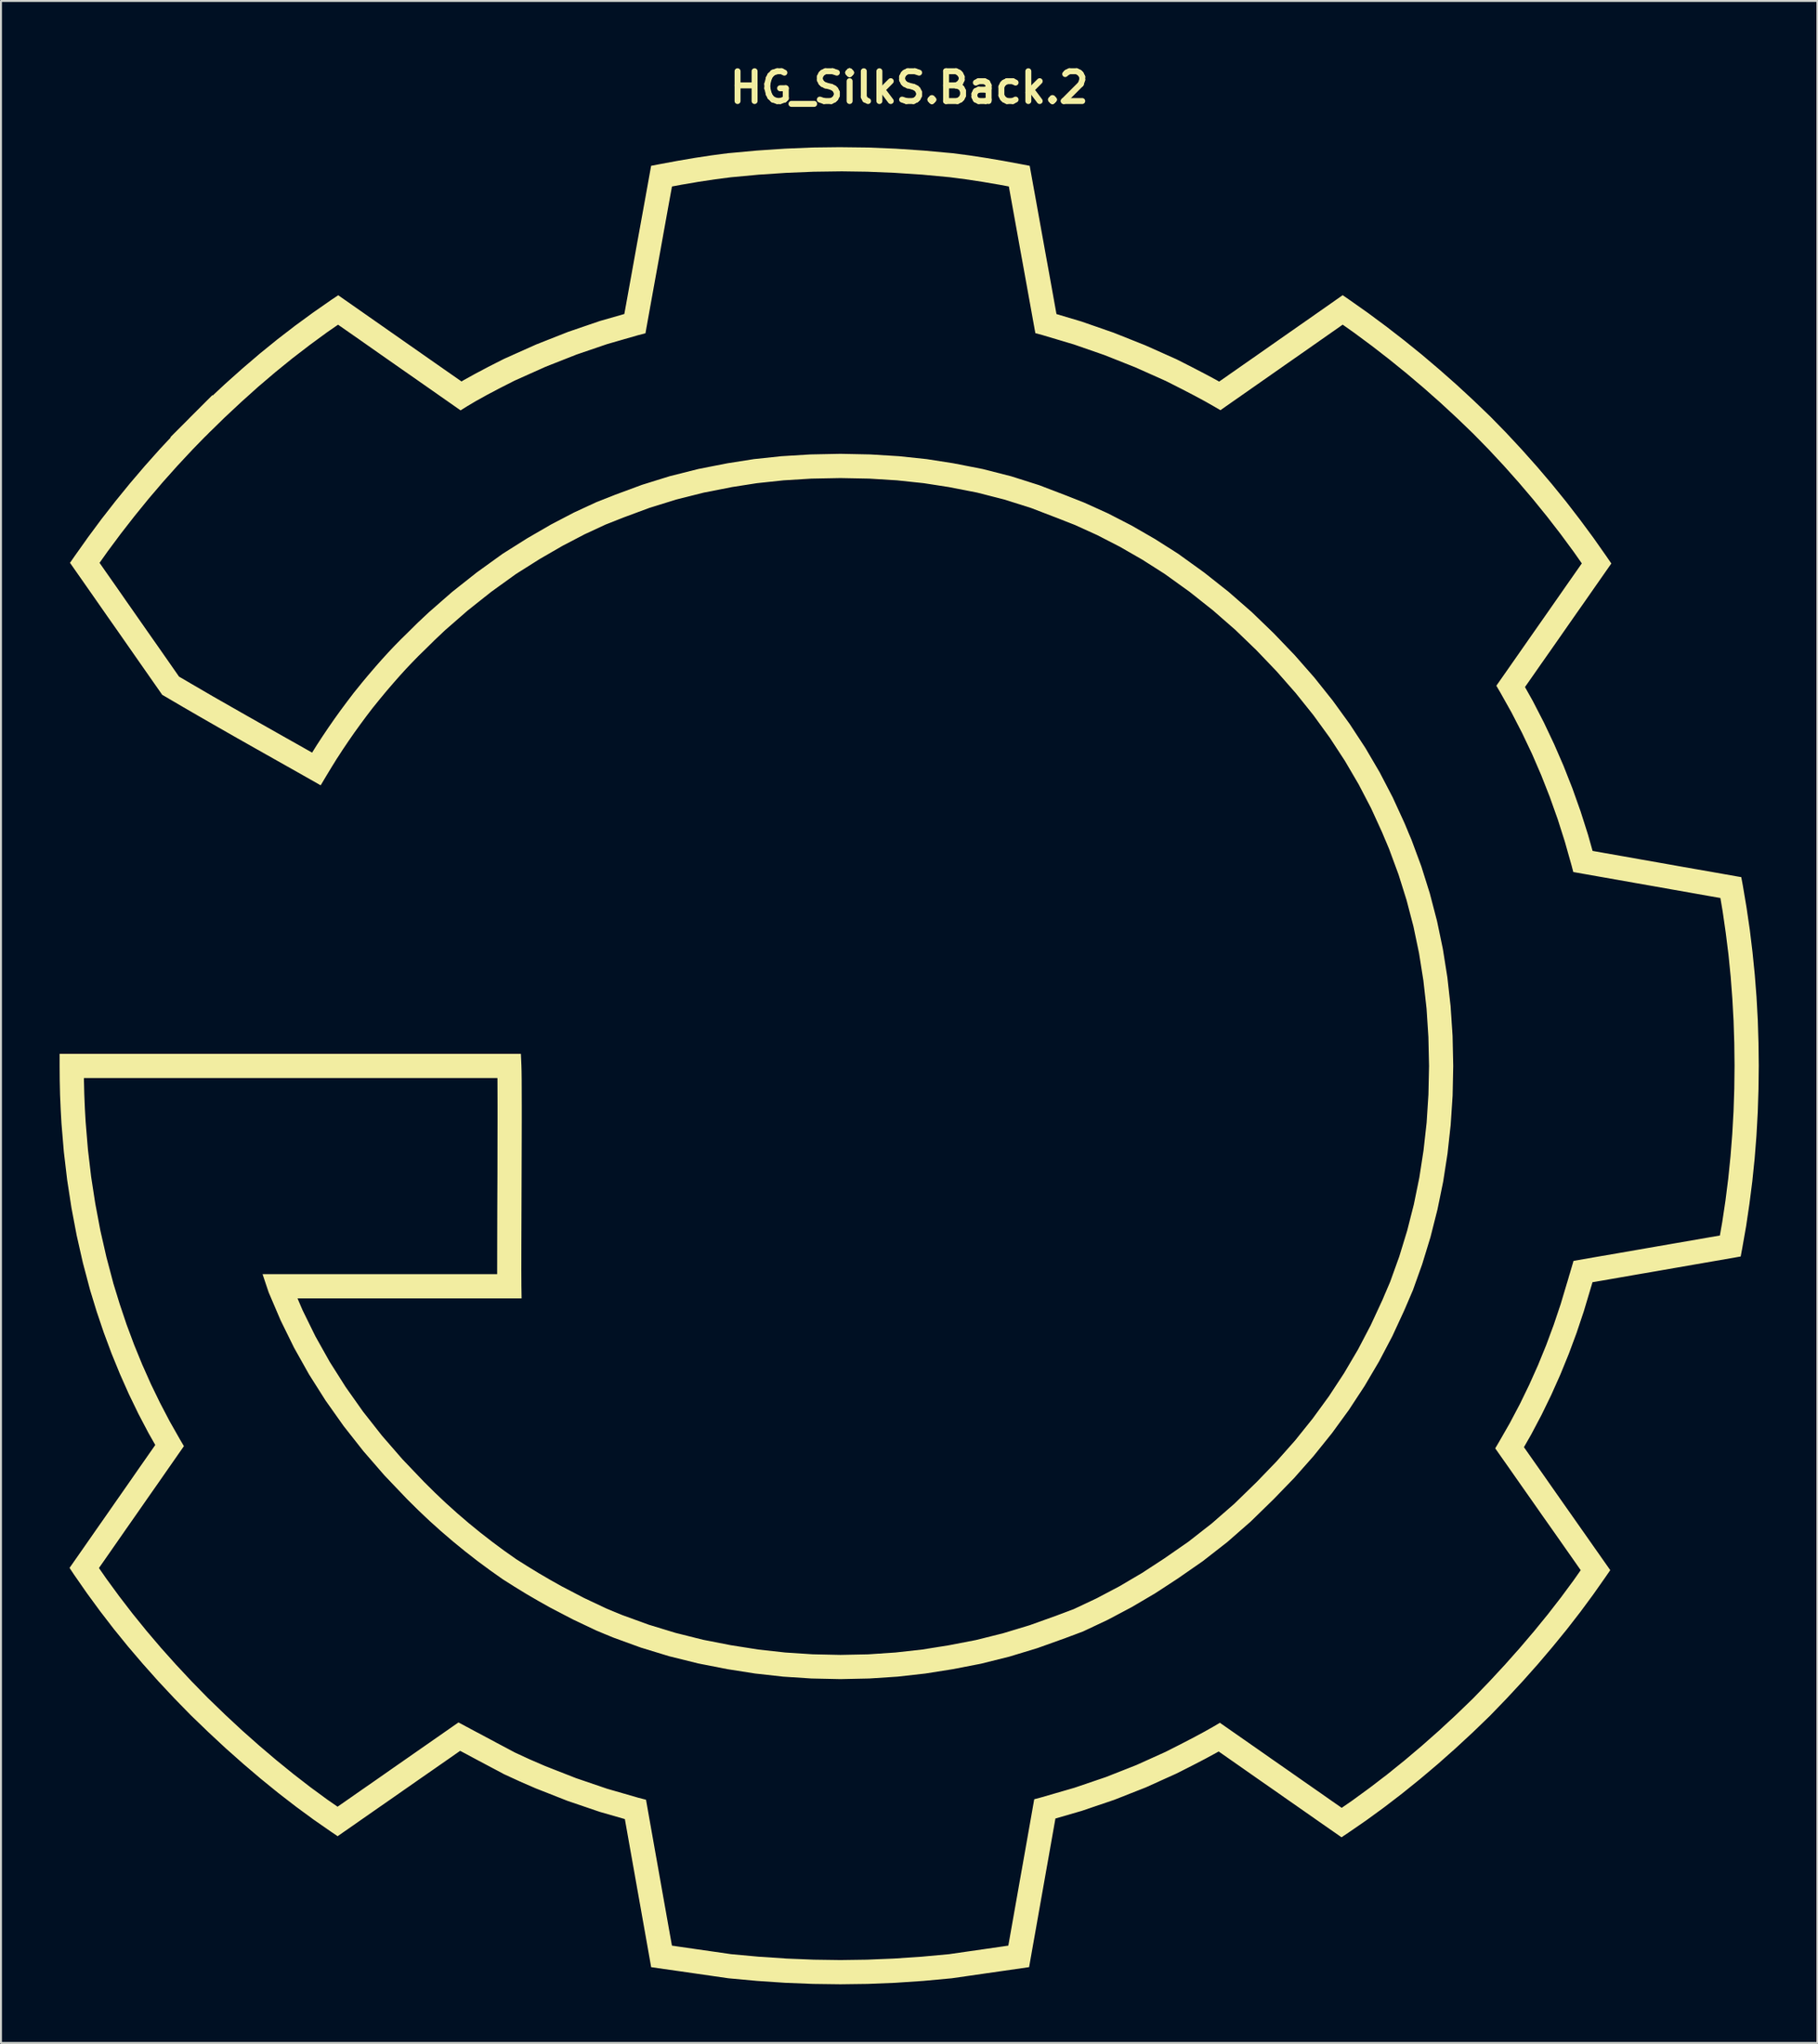
<source format=kicad_pcb>
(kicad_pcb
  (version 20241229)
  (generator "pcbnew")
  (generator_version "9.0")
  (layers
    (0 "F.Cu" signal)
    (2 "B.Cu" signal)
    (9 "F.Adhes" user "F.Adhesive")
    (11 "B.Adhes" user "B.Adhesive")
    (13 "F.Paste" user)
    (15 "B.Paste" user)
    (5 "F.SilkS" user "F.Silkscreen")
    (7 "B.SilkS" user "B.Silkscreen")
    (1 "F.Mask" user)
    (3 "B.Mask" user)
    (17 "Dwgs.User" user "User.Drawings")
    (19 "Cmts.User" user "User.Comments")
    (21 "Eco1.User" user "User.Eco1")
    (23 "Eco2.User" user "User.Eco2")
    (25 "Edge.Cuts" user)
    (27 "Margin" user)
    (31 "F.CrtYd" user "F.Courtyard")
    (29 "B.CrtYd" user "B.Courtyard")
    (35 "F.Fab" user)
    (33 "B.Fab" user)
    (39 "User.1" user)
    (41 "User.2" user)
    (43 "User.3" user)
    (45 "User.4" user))
  (footprint "HG_SilkS.Back.2"
    (layer "F.Cu")
    (at 43.467 51.444)
    (property "Reference" "HG_SilkS.Back.2" (at 0 -50.017 0) (layer "F.SilkS") (effects (font (size 1.524 1.524) (thickness 0.305))))
    (attr smd)
    (fp_poly (pts (xy -3.52 -46.968) (xy -4.889 -45.714) (xy -6.281 -45.657) (xy -7.694 -45.563) (xy -9.119 -45.43) (xy -9.93 -45.325) (xy -10.772 -45.198) (xy -11.647 -45.05) (xy -12.137 -44.958) (xy -12.403 -43.495) (xy -12.742 -41.61) (xy -13.084 -39.725) (xy -13.494 -37.452) (xy -13.877 -37.352) (xy -15.447 -36.901) (xy -17.026 -36.362) (xy -18.606 -35.739) (xy -20.194 -35.028) (xy -20.955 -34.641) (xy -21.617 -34.292) (xy -22.17 -33.985) (xy -22.608 -33.725) (xy -22.953 -33.511) (xy -24.86 -34.845) (xy -25.645 -35.393) (xy -26.432 -35.942) (xy -27.217 -36.491) (xy -28.002 -37.042) (xy -28.789 -37.591) (xy -29.221 -37.891) (xy -29.774 -37.509) (xy -30.668 -36.854) (xy -31.555 -36.173) (xy -32.434 -35.46) (xy -33.305 -34.718) (xy -34.168 -33.944) (xy -35.026 -33.143) (xy -35.666 -32.516) (xy -35.791 -32.397) (xy -35.925 -32.259) (xy -36.057 -32.132) (xy -36.662 -31.511) (xy -37.432 -30.686) (xy -38.184 -29.845) (xy -38.918 -28.985) (xy -39.633 -28.106) (xy -40.33 -27.212) (xy -41.01 -26.298) (xy -41.424 -25.714) (xy -41.125 -25.286) (xy -40.574 -24.501) (xy -40.026 -23.714) (xy -39.477 -22.929) (xy -38.928 -22.143) (xy -38.377 -21.358) (xy -37.828 -20.571) (xy -37.358 -19.897) (xy -36.557 -19.429) (xy -35.635 -18.893) (xy -34.705 -18.362) (xy -33.772 -17.831) (xy -32.834 -17.3) (xy -31.897 -16.77) (xy -30.961 -16.243) (xy -30.549 -16.009) (xy -30.307 -16.397) (xy -30.012 -16.848) (xy -29.709 -17.298) (xy -29.397 -17.747) (xy -29.074 -18.196) (xy -28.742 -18.641) (xy -28.401 -19.089) (xy -28.399 -19.091) (xy -28.395 -19.095) (xy -28.033 -19.542) (xy -28.033 -19.544) (xy -27.676 -19.972) (xy -27.326 -20.38) (xy -26.983 -20.77) (xy -26.645 -21.14) (xy -26.315 -21.489) (xy -25.988 -21.821) (xy -25.682 -22.12) (xy -25.67 -22.132) (xy -25.135 -22.661) (xy -24.568 -23.192) (xy -23.385 -24.226) (xy -22.131 -25.218) (xy -20.809 -26.171) (xy -20.803 -26.175) (xy -20.797 -26.179) (xy -19.545 -26.968) (xy -18.33 -27.671) (xy -17.148 -28.288) (xy -16.002 -28.818) (xy -15.992 -28.822) (xy -15.754 -28.915) (xy -15.525 -29.005) (xy -15.295 -29.095) (xy -15.07 -29.185) (xy -15.066 -29.187) (xy -13.674 -29.702) (xy -12.246 -30.146) (xy -10.787 -30.513) (xy -9.305 -30.804) (xy -7.949 -31.017) (xy -6.533 -31.167) (xy -5.057 -31.257) (xy -3.52 -31.288) (xy -1.992 -31.257) (xy -0.52 -31.167) (xy 0.9 -31.017) (xy 2.266 -30.804) (xy 3.76 -30.511) (xy 5.225 -30.138) (xy 6.652 -29.685) (xy 8.039 -29.154) (xy 8.258 -29.068) (xy 8.486 -28.978) (xy 8.717 -28.888) (xy 8.953 -28.794) (xy 8.961 -28.79) (xy 10.17 -28.243) (xy 11.373 -27.624) (xy 12.57 -26.935) (xy 13.764 -26.177) (xy 13.768 -26.175) (xy 13.771 -26.171) (xy 15.094 -25.218) (xy 16.348 -24.226) (xy 17.531 -23.193) (xy 18.645 -22.118) (xy 19.719 -20.999) (xy 20.727 -19.851) (xy 21.666 -18.675) (xy 22.537 -17.474) (xy 23.342 -16.247) (xy 24.076 -14.995) (xy 24.74 -13.718) (xy 25.338 -12.415) (xy 25.338 -12.413) (xy 25.385 -12.304) (xy 25.43 -12.196) (xy 25.475 -12.089) (xy 25.519 -11.98) (xy 25.564 -11.872) (xy 25.609 -11.765) (xy 25.656 -11.657) (xy 25.703 -11.544) (xy 25.705 -11.538) (xy 26.205 -10.188) (xy 26.637 -8.811) (xy 27.004 -7.407) (xy 27.303 -5.978) (xy 27.535 -4.52) (xy 27.701 -3.036) (xy 27.801 -1.526) (xy 27.834 0.011) (xy 27.803 1.528) (xy 27.705 3.022) (xy 27.543 4.493) (xy 27.318 5.94) (xy 27.025 7.366) (xy 26.67 8.767) (xy 26.248 10.146) (xy 25.764 11.499) (xy 25.758 11.509) (xy 25.701 11.642) (xy 25.65 11.763) (xy 25.598 11.884) (xy 25.545 12.007) (xy 25.494 12.128) (xy 25.441 12.249) (xy 25.389 12.372) (xy 25.336 12.493) (xy 25.336 12.495) (xy 24.723 13.822) (xy 24.043 15.115) (xy 23.301 16.374) (xy 22.496 17.601) (xy 21.627 18.794) (xy 20.693 19.954) (xy 19.697 21.081) (xy 18.646 22.165) (xy 17.478 23.304) (xy 16.27 24.361) (xy 15.02 25.335) (xy 13.73 26.23) (xy 12.568 26.988) (xy 11.371 27.691) (xy 10.154 28.335) (xy 8.914 28.919) (xy 8.898 28.927) (xy 8.658 29.017) (xy 8.436 29.101) (xy 8.213 29.183) (xy 7.99 29.267) (xy 6.562 29.779) (xy 5.121 30.216) (xy 3.678 30.576) (xy 2.228 30.857) (xy 0.836 31.078) (xy -0.592 31.238) (xy -2.045 31.333) (xy -3.52 31.365) (xy -4.996 31.333) (xy -6.451 31.238) (xy -7.889 31.078) (xy -9.303 30.855) (xy -10.801 30.562) (xy -12.279 30.195) (xy -13.729 29.753) (xy -15.15 29.236) (xy -15.154 29.234) (xy -15.361 29.148) (xy -15.563 29.066) (xy -15.764 28.982) (xy -15.975 28.894) (xy -15.982 28.892) (xy -17.188 28.322) (xy -18.391 27.695) (xy -18.992 27.357) (xy -19.594 27.007) (xy -20.193 26.64) (xy -20.795 26.259) (xy -20.801 26.253) (xy -20.809 26.249) (xy -21.461 25.788) (xy -22.102 25.314) (xy -22.729 24.825) (xy -23.344 24.323) (xy -23.947 23.806) (xy -24.539 23.275) (xy -25.117 22.728) (xy -25.68 22.171) (xy -26.842 20.954) (xy -27.926 19.706) (xy -28.932 18.429) (xy -29.859 17.12) (xy -30.707 15.782) (xy -31.475 14.413) (xy -32.162 13.015) (xy -32.772 11.587) (xy -32.777 11.571) (xy -32.785 11.546) (xy -32.789 11.536) (xy -32.793 11.526) (xy -32.797 11.514) (xy -32.799 11.504) (xy -32.803 11.494) (xy -32.807 11.483) (xy -33.084 10.657) (xy -30.752 10.657) (xy -29.281 10.657) (xy -27.811 10.657) (xy -26.34 10.657) (xy -24.869 10.657) (xy -23.399 10.657) (xy -21.928 10.657) (xy -21.08 10.657) (xy -21.08 10.461) (xy -21.078 9.106) (xy -21.074 7.397) (xy -21.066 5.522) (xy -21.063 3.66) (xy -21.061 2.793) (xy -21.061 2) (xy -21.063 1.303) (xy -21.065 0.725) (xy -21.067 0.629) (xy -21.858 0.629) (xy -23.256 0.629) (xy -24.656 0.629) (xy -26.055 0.629) (xy -27.455 0.629) (xy -28.854 0.629) (xy -30.254 0.629) (xy -31.653 0.629) (xy -33.053 0.629) (xy -34.451 0.629) (xy -35.852 0.629) (xy -37.25 0.629) (xy -38.651 0.629) (xy -40.049 0.629) (xy -41.449 0.629) (xy -42.223 0.629) (xy -42.223 0.733) (xy -42.205 1.449) (xy -42.176 2.164) (xy -42.135 2.873) (xy -42.018 4.283) (xy -41.854 5.678) (xy -41.641 7.057) (xy -41.383 8.422) (xy -41.076 9.772) (xy -40.723 11.106) (xy -40.725 11.104) (xy -40.395 12.18) (xy -40.039 13.237) (xy -39.654 14.27) (xy -39.24 15.281) (xy -38.799 16.272) (xy -38.33 17.238) (xy -37.834 18.186) (xy -37.309 19.11) (xy -37.108 19.453) (xy -37.881 20.561) (xy -38.426 21.344) (xy -38.973 22.125) (xy -39.518 22.908) (xy -40.065 23.69) (xy -40.61 24.473) (xy -41.154 25.254) (xy -41.455 25.684) (xy -41.071 26.237) (xy -40.416 27.131) (xy -39.735 28.016) (xy -39.022 28.895) (xy -38.279 29.768) (xy -37.506 30.631) (xy -36.705 31.488) (xy -35.877 32.334) (xy -35.004 33.178) (xy -34.131 33.989) (xy -33.256 34.764) (xy -32.385 35.504) (xy -31.512 36.213) (xy -30.641 36.887) (xy -29.77 37.526) (xy -29.246 37.889) (xy -28.822 37.594) (xy -28.043 37.051) (xy -27.264 36.51) (xy -26.487 35.967) (xy -25.707 35.424) (xy -24.928 34.881) (xy -24.151 34.34) (xy -23.061 33.58) (xy -22.406 33.93) (xy -22.086 34.1) (xy -21.766 34.27) (xy -21.447 34.44) (xy -21.127 34.612) (xy -20.807 34.781) (xy -20.487 34.951) (xy -20.168 35.121) (xy -19.412 35.469) (xy -18.627 35.809) (xy -17.047 36.428) (xy -15.453 36.971) (xy -13.848 37.434) (xy -13.465 37.533) (xy -13.063 39.801) (xy -12.729 41.678) (xy -12.395 43.557) (xy -12.139 44.992) (xy -11.713 45.055) (xy -10.844 45.18) (xy -9.975 45.305) (xy -9.106 45.43) (xy -7.694 45.559) (xy -6.281 45.654) (xy -4.889 45.711) (xy -3.52 45.731) (xy -2.162 45.711) (xy -2.16 45.711) (xy -0.777 45.654) (xy 0.629 45.559) (xy 2.039 45.43) (xy 2.908 45.305) (xy 3.777 45.18) (xy 4.646 45.055) (xy 5.072 44.992) (xy 5.328 43.549) (xy 5.662 41.664) (xy 5.996 39.781) (xy 6.398 37.508) (xy 6.779 37.406) (xy 8.449 36.922) (xy 10.064 36.373) (xy 11.621 35.76) (xy 13.115 35.086) (xy 13.123 35.082) (xy 13.89 34.693) (xy 14.556 34.348) (xy 15.111 34.049) (xy 15.555 33.799) (xy 15.896 33.598) (xy 17.787 34.916) (xy 18.568 35.463) (xy 19.351 36.008) (xy 20.133 36.555) (xy 20.916 37.1) (xy 21.697 37.647) (xy 22.129 37.947) (xy 22.672 37.572) (xy 23.558 36.926) (xy 24.447 36.246) (xy 25.334 35.531) (xy 26.219 34.783) (xy 27.103 34.002) (xy 27.986 33.186) (xy 28.867 32.334) (xy 29.685 31.486) (xy 30.478 30.631) (xy 31.242 29.772) (xy 31.976 28.91) (xy 32.68 28.047) (xy 33.351 27.182) (xy 33.992 26.315) (xy 34.357 25.795) (xy 34.058 25.367) (xy 33.51 24.586) (xy 32.961 23.803) (xy 32.41 23.022) (xy 31.861 22.238) (xy 31.312 21.457) (xy 30.764 20.674) (xy 29.984 19.565) (xy 30.187 19.221) (xy 30.732 18.27) (xy 31.244 17.301) (xy 31.724 16.313) (xy 32.174 15.309) (xy 32.592 14.285) (xy 32.978 13.244) (xy 33.334 12.184) (xy 33.656 11.106) (xy 33.658 11.104) (xy 33.687 11.006) (xy 33.715 10.912) (xy 33.742 10.819) (xy 33.769 10.723) (xy 33.799 10.629) (xy 33.826 10.535) (xy 33.853 10.442) (xy 33.99 9.979) (xy 35.312 9.75) (xy 36.254 9.588) (xy 37.195 9.424) (xy 38.139 9.26) (xy 39.08 9.098) (xy 40.023 8.934) (xy 40.965 8.77) (xy 41.478 8.682) (xy 41.598 8) (xy 41.765 6.887) (xy 41.906 5.766) (xy 42.021 4.635) (xy 42.111 3.493) (xy 42.176 2.342) (xy 42.215 1.18) (xy 42.228 0.01) (xy 42.228 0.008) (xy 42.228 0.004) (xy 42.228 0.00012) (xy 42.228 -0.002) (xy 42.228 -0.006) (xy 42.228 -0.008) (xy 42.228 -0.012) (xy 42.228 -0.014) (xy 42.215 -1.158) (xy 42.178 -2.297) (xy 42.115 -3.43) (xy 42.029 -4.557) (xy 41.918 -5.676) (xy 41.779 -6.789) (xy 41.619 -7.897) (xy 41.504 -8.576) (xy 40.988 -8.666) (xy 40.041 -8.834) (xy 39.096 -9) (xy 38.15 -9.168) (xy 37.205 -9.334) (xy 36.26 -9.502) (xy 35.312 -9.668) (xy 33.978 -9.904) (xy 33.877 -10.285) (xy 33.545 -11.459) (xy 33.178 -12.611) (xy 32.775 -13.742) (xy 32.338 -14.854) (xy 31.867 -15.944) (xy 31.359 -17.012) (xy 30.818 -18.061) (xy 30.242 -19.088) (xy 30.041 -19.43) (xy 30.818 -20.541) (xy 31.367 -21.326) (xy 31.916 -22.113) (xy 32.467 -22.899) (xy 33.015 -23.684) (xy 33.564 -24.471) (xy 34.113 -25.256) (xy 34.414 -25.686) (xy 34.004 -26.27) (xy 33.33 -27.184) (xy 32.635 -28.082) (xy 31.92 -28.963) (xy 31.185 -29.826) (xy 30.432 -30.672) (xy 29.658 -31.502) (xy 28.867 -32.311) (xy 28.865 -32.313) (xy 28.863 -32.315) (xy 28.029 -33.117) (xy 27.179 -33.903) (xy 26.318 -34.664) (xy 25.443 -35.405) (xy 24.558 -36.121) (xy 23.66 -36.817) (xy 22.752 -37.489) (xy 22.179 -37.893) (xy 21.75 -37.592) (xy 20.965 -37.043) (xy 20.178 -36.492) (xy 19.392 -35.944) (xy 18.607 -35.395) (xy 17.822 -34.846) (xy 15.924 -33.52) (xy 15.582 -33.719) (xy 15.138 -33.971) (xy 14.584 -34.27) (xy 13.918 -34.615) (xy 13.142 -35.008) (xy 11.588 -35.703) (xy 10.011 -36.33) (xy 8.426 -36.881) (xy 6.832 -37.356) (xy 6.455 -37.459) (xy 6.045 -39.727) (xy 5.703 -41.612) (xy 5.363 -43.496) (xy 5.099 -44.959) (xy 4.607 -45.051) (xy 3.732 -45.199) (xy 2.89 -45.326) (xy 2.08 -45.432) (xy 0.656 -45.565) (xy -0.758 -45.658) (xy -2.149 -45.715) (xy -3.52 -45.735) (xy -3.52 -45.733) (xy -4.889 -45.714) (xy -3.52 -46.968) (xy -2.115 -46.951) (xy -0.691 -46.892) (xy 0.754 -46.794) (xy 2.219 -46.66) (xy 2.225 -46.66) (xy 2.229 -46.66) (xy 3.064 -46.55) (xy 3.928 -46.419) (xy 4.824 -46.267) (xy 5.75 -46.095) (xy 6.166 -46.015) (xy 6.582 -43.714) (xy 6.922 -41.83) (xy 7.264 -39.945) (xy 7.535 -38.435) (xy 8.807 -38.056) (xy 10.443 -37.488) (xy 12.07 -36.841) (xy 13.686 -36.119) (xy 13.691 -36.115) (xy 13.697 -36.113) (xy 14.483 -35.714) (xy 15.162 -35.361) (xy 15.736 -35.052) (xy 15.859 -34.982) (xy 17.111 -35.857) (xy 17.899 -36.406) (xy 18.684 -36.956) (xy 19.469 -37.505) (xy 20.256 -38.054) (xy 21.041 -38.603) (xy 22.178 -39.4) (xy 22.533 -39.156) (xy 23.477 -38.49) (xy 24.408 -37.8) (xy 25.326 -37.089) (xy 26.234 -36.355) (xy 27.127 -35.597) (xy 28.01 -34.818) (xy 28.879 -34.015) (xy 29.736 -33.191) (xy 29.738 -33.189) (xy 29.74 -33.187) (xy 30.553 -32.355) (xy 31.346 -31.503) (xy 32.119 -30.636) (xy 32.873 -29.751) (xy 33.606 -28.849) (xy 34.317 -27.927) (xy 35.01 -26.99) (xy 35.682 -26.034) (xy 35.924 -25.681) (xy 35.129 -24.544) (xy 34.58 -23.757) (xy 34.029 -22.972) (xy 33.481 -22.187) (xy 32.932 -21.4) (xy 32.381 -20.615) (xy 31.832 -19.829) (xy 31.506 -19.363) (xy 31.908 -18.646) (xy 32.469 -17.558) (xy 32.994 -16.45) (xy 33.483 -15.324) (xy 33.936 -14.173) (xy 34.352 -13.003) (xy 34.731 -11.812) (xy 34.965 -10.984) (xy 35.529 -10.884) (xy 36.475 -10.718) (xy 37.42 -10.55) (xy 38.365 -10.384) (xy 39.311 -10.216) (xy 40.256 -10.05) (xy 41.203 -9.884) (xy 42.572 -9.642) (xy 42.651 -9.218) (xy 42.842 -8.087) (xy 43.008 -6.952) (xy 43.147 -5.81) (xy 43.262 -4.663) (xy 43.352 -3.509) (xy 43.416 -2.349) (xy 43.453 -1.183) (xy 43.467 -0.011) (xy 43.467 -0.009) (xy 43.467 -0.005) (xy 43.467 -0.003) (xy 43.467 0.001) (xy 43.467 0.003) (xy 43.467 0.007) (xy 43.467 0.011) (xy 43.467 0.013) (xy 43.453 1.21) (xy 43.414 2.4) (xy 43.348 3.579) (xy 43.256 4.749) (xy 43.137 5.909) (xy 42.99 7.06) (xy 42.821 8.202) (xy 42.621 9.333) (xy 42.543 9.755) (xy 41.176 9.993) (xy 40.235 10.156) (xy 39.291 10.32) (xy 38.35 10.484) (xy 37.408 10.646) (xy 36.465 10.81) (xy 35.524 10.974) (xy 34.959 11.072) (xy 34.957 11.078) (xy 34.93 11.173) (xy 34.902 11.267) (xy 34.873 11.361) (xy 34.846 11.454) (xy 34.514 12.562) (xy 34.147 13.659) (xy 33.746 14.738) (xy 33.313 15.798) (xy 32.848 16.839) (xy 32.348 17.865) (xy 31.817 18.868) (xy 31.453 19.505) (xy 31.776 19.966) (xy 32.326 20.747) (xy 32.875 21.531) (xy 33.424 22.314) (xy 33.973 23.094) (xy 34.523 23.877) (xy 35.072 24.659) (xy 35.869 25.793) (xy 35.625 26.147) (xy 34.996 27.041) (xy 34.338 27.932) (xy 33.648 28.821) (xy 32.928 29.703) (xy 32.178 30.586) (xy 31.396 31.465) (xy 30.584 32.34) (xy 29.742 33.211) (xy 29.74 33.215) (xy 29.736 33.219) (xy 28.836 34.088) (xy 27.934 34.922) (xy 27.029 35.723) (xy 26.121 36.489) (xy 25.213 37.221) (xy 24.301 37.92) (xy 23.387 38.586) (xy 22.471 39.217) (xy 22.119 39.452) (xy 20.988 38.665) (xy 20.207 38.118) (xy 19.424 37.573) (xy 18.643 37.026) (xy 17.859 36.481) (xy 17.078 35.934) (xy 15.834 35.065) (xy 15.709 35.135) (xy 15.135 35.446) (xy 14.455 35.799) (xy 13.668 36.196) (xy 13.664 36.198) (xy 13.66 36.2) (xy 12.103 36.903) (xy 10.49 37.538) (xy 8.822 38.104) (xy 7.482 38.493) (xy 7.215 39.999) (xy 6.881 41.883) (xy 6.547 43.768) (xy 6.135 46.092) (xy 4.822 46.282) (xy 3.953 46.407) (xy 3.084 46.532) (xy 2.203 46.659) (xy 2.191 46.661) (xy 0.728 46.796) (xy -0.711 46.893) (xy -2.127 46.95) (xy -3.52 46.969) (xy -4.924 46.95) (xy -6.348 46.893) (xy -7.793 46.796) (xy -9.258 46.661) (xy -9.27 46.659) (xy -10.15 46.532) (xy -11.02 46.407) (xy -11.889 46.282) (xy -13.201 46.094) (xy -13.613 43.776) (xy -13.947 41.897) (xy -14.281 40.02) (xy -14.547 38.522) (xy -15.824 38.155) (xy -17.473 37.594) (xy -19.106 36.952) (xy -19.916 36.6) (xy -20.723 36.229) (xy -20.736 36.223) (xy -21.068 36.045) (xy -21.389 35.876) (xy -21.709 35.706) (xy -22.029 35.536) (xy -22.348 35.366) (xy -22.668 35.194) (xy -22.975 35.032) (xy -23.441 35.358) (xy -24.221 35.901) (xy -25 36.442) (xy -25.779 36.985) (xy -26.557 37.528) (xy -27.336 38.069) (xy -28.115 38.612) (xy -29.242 39.397) (xy -29.594 39.159) (xy -30.49 38.536) (xy -31.387 37.877) (xy -32.281 37.186) (xy -33.176 36.459) (xy -34.068 35.7) (xy -34.963 34.907) (xy -35.854 34.079) (xy -36.746 33.219) (xy -36.748 33.217) (xy -36.75 33.215) (xy -37.6 32.346) (xy -38.42 31.469) (xy -39.211 30.582) (xy -39.973 29.69) (xy -40.705 28.788) (xy -41.406 27.877) (xy -42.08 26.957) (xy -42.723 26.032) (xy -42.959 25.678) (xy -42.17 24.549) (xy -41.625 23.766) (xy -41.078 22.985) (xy -40.533 22.202) (xy -39.986 21.42) (xy -39.442 20.637) (xy -38.895 19.854) (xy -38.572 19.393) (xy -38.92 18.782) (xy -39.436 17.799) (xy -39.922 16.795) (xy -40.379 15.768) (xy -40.807 14.721) (xy -41.205 13.653) (xy -41.574 12.561) (xy -41.914 11.45) (xy -41.914 11.448) (xy -41.914 11.446) (xy -42.279 10.069) (xy -42.594 8.676) (xy -42.861 7.268) (xy -43.08 5.846) (xy -43.25 4.409) (xy -43.371 2.957) (xy -43.412 2.227) (xy -43.444 1.492) (xy -43.461 0.754) (xy -43.467 0.012) (xy -43.467 -0.607) (xy -41.449 -0.607) (xy -40.049 -0.607) (xy -38.651 -0.607) (xy -37.25 -0.607) (xy -35.852 -0.607) (xy -34.451 -0.607) (xy -33.053 -0.607) (xy -31.653 -0.607) (xy -30.254 -0.607) (xy -28.854 -0.607) (xy -27.455 -0.607) (xy -26.055 -0.607) (xy -24.656 -0.607) (xy -23.256 -0.607) (xy -21.858 -0.607) (xy -19.867 -0.607) (xy -19.84 -0.017) (xy -19.832 0.274) (xy -19.832 0.276) (xy -19.826 0.719) (xy -19.824 1.301) (xy -19.822 2) (xy -19.822 2.797) (xy -19.824 3.664) (xy -19.83 5.528) (xy -19.836 7.405) (xy -19.842 9.11) (xy -19.844 10.461) (xy -19.84 11.268) (xy -19.83 11.897) (xy -21.928 11.897) (xy -23.399 11.897) (xy -24.869 11.897) (xy -26.34 11.897) (xy -27.811 11.897) (xy -29.282 11.897) (xy -30.752 11.897) (xy -31.295 11.897) (xy -31.037 12.5) (xy -30.379 13.838) (xy -29.643 15.149) (xy -28.83 16.432) (xy -27.94 17.69) (xy -26.973 18.918) (xy -25.928 20.121) (xy -24.805 21.297) (xy -24.803 21.299) (xy -24.801 21.299) (xy -24.256 21.84) (xy -23.699 22.366) (xy -23.131 22.877) (xy -22.551 23.375) (xy -21.957 23.86) (xy -21.352 24.33) (xy -20.736 24.788) (xy -20.108 25.231) (xy -19.539 25.59) (xy -18.959 25.944) (xy -18.377 26.284) (xy -17.797 26.61) (xy -16.637 27.215) (xy -15.477 27.762) (xy -15.291 27.838) (xy -15.09 27.922) (xy -14.889 28.004) (xy -14.695 28.084) (xy -14.693 28.084) (xy -14.686 28.088) (xy -13.336 28.579) (xy -11.949 29.002) (xy -10.533 29.356) (xy -9.09 29.637) (xy -9.086 29.637) (xy -9.082 29.637) (xy -7.723 29.852) (xy -6.344 30.004) (xy -4.942 30.096) (xy -3.52 30.127) (xy -2.098 30.098) (xy -0.701 30.004) (xy 0.67 29.852) (xy 2.015 29.637) (xy 2.019 29.637) (xy 2.025 29.635) (xy 3.41 29.368) (xy 4.793 29.024) (xy 6.172 28.606) (xy 7.551 28.112) (xy 7.553 28.11) (xy 7.779 28.026) (xy 8.002 27.942) (xy 8.225 27.858) (xy 8.412 27.789) (xy 8.42 27.785) (xy 9.6 27.229) (xy 10.768 26.612) (xy 11.916 25.936) (xy 13.043 25.201) (xy 13.049 25.197) (xy 13.055 25.193) (xy 14.285 24.34) (xy 15.48 23.406) (xy 16.639 22.395) (xy 17.762 21.303) (xy 17.766 21.299) (xy 17.77 21.295) (xy 18.789 20.24) (xy 19.748 19.158) (xy 20.643 18.043) (xy 21.479 16.896) (xy 22.25 15.721) (xy 22.961 14.514) (xy 23.611 13.273) (xy 24.199 12.006) (xy 24.201 12.004) (xy 24.252 11.885) (xy 24.303 11.764) (xy 24.355 11.64) (xy 24.408 11.519) (xy 24.459 11.398) (xy 24.512 11.275) (xy 24.564 11.154) (xy 24.607 11.053) (xy 25.074 9.756) (xy 25.479 8.433) (xy 25.82 7.09) (xy 26.1 5.723) (xy 26.316 4.33) (xy 26.473 2.914) (xy 26.566 1.474) (xy 26.598 0.012) (xy 26.564 -1.471) (xy 26.469 -2.926) (xy 26.309 -4.352) (xy 26.086 -5.752) (xy 25.799 -7.123) (xy 25.447 -8.469) (xy 25.033 -9.787) (xy 24.559 -11.069) (xy 24.555 -11.08) (xy 24.514 -11.178) (xy 24.469 -11.285) (xy 24.424 -11.393) (xy 24.379 -11.5) (xy 24.332 -11.608) (xy 24.287 -11.717) (xy 24.242 -11.824) (xy 24.199 -11.928) (xy 24.197 -11.932) (xy 23.629 -13.174) (xy 22.992 -14.395) (xy 22.289 -15.594) (xy 21.52 -16.77) (xy 20.682 -17.924) (xy 19.777 -19.053) (xy 18.805 -20.16) (xy 17.766 -21.246) (xy 17.766 -21.248) (xy 17.764 -21.248) (xy 16.693 -22.28) (xy 15.555 -23.274) (xy 14.348 -24.231) (xy 13.068 -25.151) (xy 11.93 -25.875) (xy 10.781 -26.535) (xy 9.631 -27.127) (xy 8.492 -27.645) (xy 8.486 -27.647) (xy 8.478 -27.651) (xy 8.264 -27.735) (xy 8.033 -27.825) (xy 7.805 -27.915) (xy 7.568 -28.008) (xy 7.562 -28.01) (xy 6.242 -28.516) (xy 4.885 -28.946) (xy 3.488 -29.303) (xy 2.053 -29.584) (xy 2.049 -29.584) (xy 2.045 -29.586) (xy 0.74 -29.788) (xy -0.621 -29.932) (xy -2.041 -30.02) (xy -3.52 -30.049) (xy -5.006 -30.02) (xy -6.43 -29.932) (xy -7.789 -29.788) (xy -9.082 -29.586) (xy -9.086 -29.584) (xy -9.09 -29.584) (xy -10.516 -29.303) (xy -11.912 -28.952) (xy -13.275 -28.53) (xy -14.609 -28.036) (xy -14.611 -28.034) (xy -14.842 -27.944) (xy -15.072 -27.852) (xy -15.301 -27.762) (xy -15.531 -27.672) (xy -16.602 -27.176) (xy -17.733 -26.586) (xy -18.904 -25.909) (xy -20.119 -25.143) (xy -21.385 -24.231) (xy -22.594 -23.272) (xy -23.733 -22.28) (xy -24.276 -21.768) (xy -24.801 -21.249) (xy -24.809 -21.243) (xy -24.815 -21.237) (xy -25.115 -20.944) (xy -25.422 -20.629) (xy -25.738 -20.297) (xy -26.061 -19.942) (xy -26.391 -19.567) (xy -26.731 -19.172) (xy -27.076 -18.756) (xy -27.428 -18.321) (xy -27.424 -18.329) (xy -27.754 -17.897) (xy -28.074 -17.465) (xy -28.387 -17.032) (xy -28.688 -16.598) (xy -28.981 -16.164) (xy -29.262 -15.731) (xy -29.264 -15.731) (xy -29.535 -15.295) (xy -29.799 -14.86) (xy -30.11 -14.338) (xy -30.637 -14.637) (xy -31.569 -15.164) (xy -32.506 -15.692) (xy -33.444 -16.221) (xy -34.383 -16.752) (xy -35.319 -17.286) (xy -36.252 -17.821) (xy -37.18 -18.358) (xy -38.102 -18.899) (xy -38.217 -18.965) (xy -38.844 -19.862) (xy -39.393 -20.647) (xy -39.942 -21.434) (xy -40.49 -22.219) (xy -41.041 -23.004) (xy -41.59 -23.791) (xy -42.139 -24.577) (xy -42.936 -25.715) (xy -42.69 -26.069) (xy -42.012 -27.024) (xy -41.317 -27.961) (xy -40.602 -28.877) (xy -39.867 -29.778) (xy -39.115 -30.659) (xy -38.346 -31.522) (xy -37.776 -32.131) (xy -37.807 -32.131) (xy -36.912 -33.026) (xy -36.75 -33.192) (xy -35.643 -34.297) (xy -35.645 -34.26) (xy -35.004 -34.858) (xy -34.117 -35.649) (xy -33.225 -36.411) (xy -32.323 -37.143) (xy -31.412 -37.844) (xy -30.492 -38.516) (xy -29.567 -39.161) (xy -29.213 -39.397) (xy -28.078 -38.604) (xy -27.293 -38.055) (xy -26.508 -37.506) (xy -25.723 -36.957) (xy -24.936 -36.407) (xy -24.151 -35.858) (xy -22.905 -34.989) (xy -22.783 -35.061) (xy -22.205 -35.381) (xy -21.524 -35.741) (xy -20.735 -36.141) (xy -20.729 -36.143) (xy -20.723 -36.147) (xy -19.086 -36.879) (xy -17.451 -37.524) (xy -15.821 -38.081) (xy -14.574 -38.438) (xy -14.301 -39.946) (xy -13.961 -41.831) (xy -13.619 -43.715) (xy -13.203 -46.016) (xy -12.787 -46.096) (xy -11.862 -46.268) (xy -10.967 -46.421) (xy -10.102 -46.551) (xy -9.268 -46.661) (xy -9.262 -46.661) (xy -9.258 -46.661) (xy -7.793 -46.796) (xy -6.348 -46.893) (xy -4.924 -46.952) (xy -3.52 -46.969) (xy -3.52 -46.968)) (stroke (width 0) (type solid)) (fill yes) (layer "F.SilkS")))
  (gr_rect
    (start -3 -3)
    (end 89.934 101.413)
    (stroke (width 0.1) (type default))
    (fill no)
    (layer "Edge.Cuts")))
</source>
